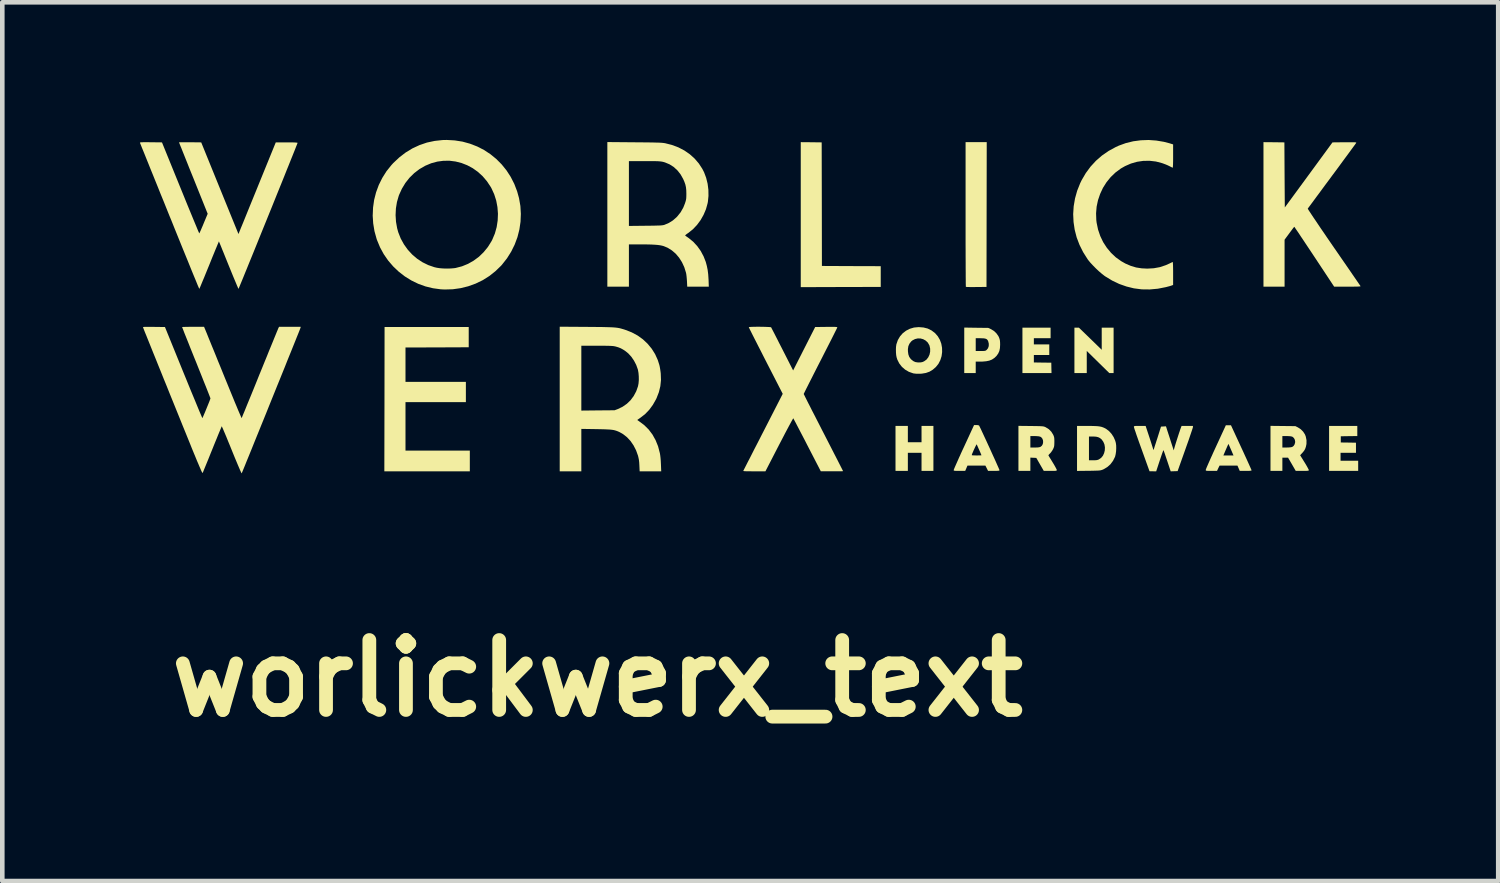
<source format=kicad_pcb>
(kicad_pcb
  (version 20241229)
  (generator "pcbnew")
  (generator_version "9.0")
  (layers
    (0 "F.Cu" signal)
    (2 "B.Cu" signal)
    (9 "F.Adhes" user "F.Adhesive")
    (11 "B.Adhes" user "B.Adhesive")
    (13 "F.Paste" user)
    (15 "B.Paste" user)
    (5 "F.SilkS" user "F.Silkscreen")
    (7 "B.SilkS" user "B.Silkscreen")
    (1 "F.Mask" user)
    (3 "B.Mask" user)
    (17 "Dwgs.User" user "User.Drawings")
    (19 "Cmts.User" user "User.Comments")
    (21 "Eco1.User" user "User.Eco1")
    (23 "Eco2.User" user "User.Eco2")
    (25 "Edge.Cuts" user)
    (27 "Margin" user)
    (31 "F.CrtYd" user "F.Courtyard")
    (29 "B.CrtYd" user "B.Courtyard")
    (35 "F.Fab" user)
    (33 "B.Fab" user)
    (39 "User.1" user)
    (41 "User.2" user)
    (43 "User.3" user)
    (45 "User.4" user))
  (footprint "worlickwerx_text"
    (layer "F.Cu")
    (at 13.297 3.63)
    (property "Reference" "worlickwerx_text" (at -3.327 8.103 0) (layer "F.SilkS") (effects (font (size 1.524 1.524) (thickness 0.3))))
    (attr board_only exclude_from_pos_files exclude_from_bom)
    (fp_poly (pts (xy 1.332 -3.58) (xy 1.56 -3.577) (xy 1.563 -2.23) (xy 1.565 -0.884) (xy 2.206 -0.881) (xy 2.847 -0.879) (xy 2.847 -0.427) (xy 1.976 -0.425) (xy 1.104 -0.422) (xy 1.104 -3.582)) (stroke (width 0) (type solid)) (fill yes) (layer "F.SilkS"))
    (fp_poly (pts (xy 3.438 2.958) (xy 3.736 2.958) (xy 3.736 2.602) (xy 3.995 2.602) (xy 3.995 3.582) (xy 3.736 3.582) (xy 3.736 3.188) (xy 3.438 3.188) (xy 3.438 3.582) (xy 3.169 3.582) (xy 3.169 2.602) (xy 3.438 2.602)) (stroke (width 0) (type solid)) (fill yes) (layer "F.SilkS"))
    (fp_poly (pts (xy 7.415 0.702) (xy 7.663 0.943) (xy 7.663 0.461) (xy 7.922 0.461) (xy 7.922 1.45) (xy 7.828 1.45) (xy 7.582 1.209) (xy 7.337 0.968) (xy 7.337 1.45) (xy 7.068 1.45) (xy 7.068 0.461) (xy 7.166 0.461)) (stroke (width 0) (type solid)) (fill yes) (layer "F.SilkS"))
    (fp_poly (pts (xy -6.132 0.888) (xy -6.821 0.891) (xy -7.51 0.893) (xy -7.51 1.642) (xy -6.194 1.642) (xy -6.194 2.084) (xy -7.51 2.084) (xy -7.51 3.14) (xy -6.108 3.14) (xy -6.108 3.592) (xy -7.971 3.592) (xy -7.968 2.019) (xy -7.966 0.447) (xy -6.132 0.447)) (stroke (width 0) (type solid)) (fill yes) (layer "F.SilkS"))
    (fp_poly (pts (xy 6.549 0.691) (xy 6.184 0.691) (xy 6.184 0.826) (xy 6.52 0.826) (xy 6.52 1.056) (xy 6.184 1.056) (xy 6.184 1.219) (xy 6.374 1.222) (xy 6.564 1.224) (xy 6.566 1.337) (xy 6.569 1.45) (xy 5.935 1.45) (xy 5.935 0.461) (xy 6.549 0.461)) (stroke (width 0) (type solid)) (fill yes) (layer "F.SilkS"))
    (fp_poly (pts (xy 13.233 2.823) (xy 13.053 2.825) (xy 12.873 2.828) (xy 12.873 2.963) (xy 13.039 2.965) (xy 13.204 2.968) (xy 13.204 3.188) (xy 12.868 3.188) (xy 12.868 3.361) (xy 13.252 3.361) (xy 13.252 3.582) (xy 12.618 3.582) (xy 12.618 2.602) (xy 13.233 2.602)) (stroke (width 0) (type solid)) (fill yes) (layer "F.SilkS"))
    (fp_poly (pts (xy 5.152 -0.427) (xy 4.931 -0.425) (xy 4.867 -0.424) (xy 4.81 -0.424) (xy 4.763 -0.425) (xy 4.727 -0.426) (xy 4.707 -0.428) (xy 4.702 -0.429) (xy 4.702 -0.439) (xy 4.701 -0.467) (xy 4.7 -0.513) (xy 4.7 -0.575) (xy 4.699 -0.651) (xy 4.699 -0.742) (xy 4.698 -0.847) (xy 4.698 -0.963) (xy 4.697 -1.09) (xy 4.697 -1.228) (xy 4.696 -1.375) (xy 4.696 -1.529) (xy 4.696 -1.691) (xy 4.696 -1.859) (xy 4.696 -2.009) (xy 4.696 -3.582) (xy 5.157 -3.582)) (stroke (width 0) (type solid)) (fill yes) (layer "F.SilkS"))
    (fp_poly (pts (xy 4.929 0.463) (xy 5.19 0.466) (xy 5.251 0.494) (xy 5.313 0.532) (xy 5.368 0.584) (xy 5.411 0.645) (xy 5.427 0.679) (xy 5.438 0.712) (xy 5.445 0.745) (xy 5.448 0.784) (xy 5.449 0.831) (xy 5.445 0.906) (xy 5.432 0.969) (xy 5.408 1.023) (xy 5.372 1.074) (xy 5.367 1.08) (xy 5.321 1.123) (xy 5.271 1.156) (xy 5.213 1.179) (xy 5.144 1.193) (xy 5.061 1.2) (xy 5.025 1.2) (xy 4.917 1.2) (xy 4.917 1.45) (xy 4.667 1.45) (xy 4.667 0.97) (xy 4.917 0.97) (xy 5.022 0.97) (xy 5.068 0.97) (xy 5.1 0.968) (xy 5.122 0.965) (xy 5.137 0.959) (xy 5.151 0.949) (xy 5.156 0.945) (xy 5.185 0.909) (xy 5.201 0.862) (xy 5.202 0.81) (xy 5.189 0.758) (xy 5.176 0.732) (xy 5.158 0.713) (xy 5.132 0.701) (xy 5.096 0.694) (xy 5.045 0.692) (xy 5.018 0.691) (xy 4.917 0.691) (xy 4.917 0.97) (xy 4.667 0.97) (xy 4.667 0.459)) (stroke (width 0) (type solid)) (fill yes) (layer "F.SilkS"))
    (fp_poly (pts (xy 11.612 2.604) (xy 11.884 2.607) (xy 11.938 2.634) (xy 12 2.674) (xy 12.052 2.726) (xy 12.092 2.787) (xy 12.109 2.83) (xy 12.126 2.913) (xy 12.125 2.996) (xy 12.113 3.054) (xy 12.099 3.096) (xy 12.082 3.13) (xy 12.057 3.164) (xy 12.027 3.198) (xy 11.987 3.241) (xy 12.082 3.394) (xy 12.112 3.443) (xy 12.138 3.488) (xy 12.158 3.525) (xy 12.172 3.552) (xy 12.177 3.565) (xy 12.175 3.571) (xy 12.169 3.576) (xy 12.155 3.579) (xy 12.131 3.581) (xy 12.094 3.582) (xy 12.041 3.582) (xy 12.034 3.582) (xy 11.891 3.582) (xy 11.808 3.438) (xy 11.724 3.294) (xy 11.6 3.294) (xy 11.6 3.582) (xy 11.341 3.582) (xy 11.341 3.073) (xy 11.6 3.073) (xy 11.692 3.073) (xy 11.745 3.071) (xy 11.787 3.067) (xy 11.815 3.06) (xy 11.845 3.038) (xy 11.867 3.003) (xy 11.878 2.961) (xy 11.879 2.948) (xy 11.872 2.905) (xy 11.853 2.868) (xy 11.824 2.841) (xy 11.815 2.837) (xy 11.787 2.829) (xy 11.744 2.825) (xy 11.692 2.823) (xy 11.6 2.823) (xy 11.6 3.073) (xy 11.341 3.073) (xy 11.341 2.601)) (stroke (width 0) (type solid)) (fill yes) (layer "F.SilkS"))
    (fp_poly (pts (xy 10.704 3.073) (xy 10.746 3.163) (xy 10.785 3.249) (xy 10.821 3.327) (xy 10.853 3.398) (xy 10.88 3.458) (xy 10.902 3.507) (xy 10.918 3.543) (xy 10.927 3.564) (xy 10.928 3.57) (xy 10.924 3.575) (xy 10.908 3.578) (xy 10.88 3.581) (xy 10.837 3.582) (xy 10.8 3.582) (xy 10.671 3.582) (xy 10.646 3.524) (xy 10.621 3.467) (xy 10.231 3.467) (xy 10.203 3.524) (xy 10.176 3.582) (xy 10.053 3.582) (xy 10.002 3.582) (xy 9.968 3.581) (xy 9.946 3.579) (xy 9.935 3.576) (xy 9.931 3.57) (xy 9.93 3.561) (xy 9.93 3.56) (xy 9.934 3.548) (xy 9.945 3.519) (xy 9.963 3.477) (xy 9.987 3.422) (xy 10.016 3.357) (xy 10.049 3.282) (xy 10.066 3.246) (xy 10.314 3.246) (xy 10.535 3.246) (xy 10.522 3.215) (xy 10.512 3.193) (xy 10.498 3.159) (xy 10.48 3.118) (xy 10.467 3.088) (xy 10.425 2.993) (xy 10.403 3.04) (xy 10.389 3.072) (xy 10.371 3.113) (xy 10.352 3.157) (xy 10.348 3.167) (xy 10.314 3.246) (xy 10.066 3.246) (xy 10.086 3.2) (xy 10.126 3.113) (xy 10.149 3.063) (xy 10.368 2.588) (xy 10.48 2.588)) (stroke (width 0) (type solid)) (fill yes) (layer "F.SilkS"))
    (fp_poly (pts (xy 7.442 2.603) (xy 7.513 2.605) (xy 7.572 2.608) (xy 7.619 2.614) (xy 7.66 2.623) (xy 7.695 2.635) (xy 7.728 2.65) (xy 7.756 2.665) (xy 7.819 2.712) (xy 7.876 2.774) (xy 7.923 2.846) (xy 7.957 2.924) (xy 7.971 2.974) (xy 7.978 3.028) (xy 7.979 3.091) (xy 7.976 3.156) (xy 7.967 3.218) (xy 7.955 3.269) (xy 7.952 3.277) (xy 7.909 3.363) (xy 7.853 3.438) (xy 7.784 3.499) (xy 7.705 3.546) (xy 7.685 3.555) (xy 7.667 3.561) (xy 7.649 3.567) (xy 7.629 3.571) (xy 7.603 3.574) (xy 7.57 3.576) (xy 7.526 3.577) (xy 7.468 3.579) (xy 7.395 3.58) (xy 7.378 3.58) (xy 7.125 3.583) (xy 7.125 3.351) (xy 7.385 3.351) (xy 7.473 3.351) (xy 7.521 3.35) (xy 7.557 3.347) (xy 7.585 3.339) (xy 7.603 3.331) (xy 7.651 3.298) (xy 7.689 3.252) (xy 7.715 3.196) (xy 7.73 3.135) (xy 7.733 3.071) (xy 7.723 3.008) (xy 7.699 2.95) (xy 7.663 2.899) (xy 7.66 2.896) (xy 7.625 2.867) (xy 7.587 2.848) (xy 7.541 2.837) (xy 7.482 2.833) (xy 7.463 2.833) (xy 7.385 2.833) (xy 7.385 3.351) (xy 7.125 3.351) (xy 7.125 2.602) (xy 7.354 2.602)) (stroke (width 0) (type solid)) (fill yes) (layer "F.SilkS"))
    (fp_poly (pts (xy 6.12 2.604) (xy 6.199 2.605) (xy 6.261 2.606) (xy 6.31 2.607) (xy 6.346 2.609) (xy 6.374 2.611) (xy 6.395 2.614) (xy 6.411 2.618) (xy 6.426 2.624) (xy 6.442 2.631) (xy 6.445 2.633) (xy 6.511 2.674) (xy 6.565 2.729) (xy 6.605 2.793) (xy 6.617 2.821) (xy 6.625 2.846) (xy 6.629 2.874) (xy 6.631 2.913) (xy 6.631 2.948) (xy 6.63 2.996) (xy 6.628 3.031) (xy 6.623 3.058) (xy 6.614 3.083) (xy 6.605 3.103) (xy 6.584 3.141) (xy 6.557 3.179) (xy 6.541 3.197) (xy 6.519 3.219) (xy 6.505 3.236) (xy 6.501 3.242) (xy 6.506 3.252) (xy 6.519 3.275) (xy 6.54 3.309) (xy 6.566 3.351) (xy 6.592 3.394) (xy 6.622 3.443) (xy 6.647 3.487) (xy 6.667 3.524) (xy 6.68 3.55) (xy 6.684 3.562) (xy 6.683 3.569) (xy 6.679 3.575) (xy 6.668 3.579) (xy 6.649 3.581) (xy 6.617 3.582) (xy 6.57 3.582) (xy 6.542 3.582) (xy 6.4 3.582) (xy 6.237 3.299) (xy 6.172 3.296) (xy 6.108 3.293) (xy 6.108 3.582) (xy 5.848 3.582) (xy 5.848 3.073) (xy 6.108 3.073) (xy 6.204 3.073) (xy 6.261 3.072) (xy 6.301 3.067) (xy 6.327 3.059) (xy 6.329 3.058) (xy 6.359 3.033) (xy 6.379 2.997) (xy 6.386 2.956) (xy 6.383 2.914) (xy 6.368 2.877) (xy 6.342 2.847) (xy 6.323 2.837) (xy 6.293 2.829) (xy 6.247 2.825) (xy 6.199 2.823) (xy 6.108 2.823) (xy 6.108 3.073) (xy 5.848 3.073) (xy 5.848 2.601)) (stroke (width 0) (type solid)) (fill yes) (layer "F.SilkS"))
    (fp_poly (pts (xy 3.779 0.457) (xy 3.87 0.48) (xy 3.952 0.52) (xy 4.027 0.577) (xy 4.032 0.581) (xy 4.091 0.649) (xy 4.136 0.726) (xy 4.167 0.811) (xy 4.183 0.9) (xy 4.185 0.992) (xy 4.173 1.082) (xy 4.146 1.168) (xy 4.105 1.248) (xy 4.049 1.318) (xy 4.048 1.319) (xy 3.981 1.377) (xy 3.91 1.42) (xy 3.831 1.448) (xy 3.741 1.463) (xy 3.702 1.465) (xy 3.623 1.465) (xy 3.562 1.458) (xy 3.551 1.455) (xy 3.46 1.423) (xy 3.378 1.375) (xy 3.308 1.314) (xy 3.251 1.241) (xy 3.209 1.158) (xy 3.193 1.108) (xy 3.184 1.061) (xy 3.179 1.003) (xy 3.178 0.94) (xy 3.178 0.928) (xy 3.439 0.928) (xy 3.44 0.978) (xy 3.449 1.044) (xy 3.468 1.097) (xy 3.5 1.142) (xy 3.521 1.162) (xy 3.561 1.192) (xy 3.601 1.21) (xy 3.649 1.218) (xy 3.679 1.219) (xy 3.722 1.217) (xy 3.756 1.21) (xy 3.792 1.194) (xy 3.794 1.193) (xy 3.844 1.157) (xy 3.883 1.107) (xy 3.91 1.049) (xy 3.924 0.984) (xy 3.924 0.917) (xy 3.909 0.851) (xy 3.904 0.84) (xy 3.872 0.785) (xy 3.827 0.743) (xy 3.774 0.713) (xy 3.716 0.697) (xy 3.655 0.695) (xy 3.595 0.709) (xy 3.54 0.737) (xy 3.51 0.762) (xy 3.473 0.81) (xy 3.449 0.864) (xy 3.439 0.928) (xy 3.178 0.928) (xy 3.18 0.88) (xy 3.187 0.83) (xy 3.189 0.821) (xy 3.22 0.731) (xy 3.267 0.651) (xy 3.327 0.582) (xy 3.399 0.527) (xy 3.481 0.485) (xy 3.572 0.458) (xy 3.67 0.449) (xy 3.678 0.449)) (stroke (width 0) (type solid)) (fill yes) (layer "F.SilkS"))
    (fp_poly (pts (xy 4.963 2.585) (xy 4.985 2.591) (xy 4.991 2.595) (xy 4.997 2.607) (xy 5.011 2.635) (xy 5.031 2.676) (xy 5.055 2.728) (xy 5.084 2.79) (xy 5.116 2.859) (xy 5.151 2.934) (xy 5.187 3.013) (xy 5.224 3.093) (xy 5.26 3.173) (xy 5.295 3.25) (xy 5.329 3.324) (xy 5.359 3.391) (xy 5.385 3.45) (xy 5.407 3.499) (xy 5.423 3.536) (xy 5.433 3.559) (xy 5.435 3.566) (xy 5.433 3.573) (xy 5.424 3.577) (xy 5.406 3.58) (xy 5.376 3.581) (xy 5.331 3.582) (xy 5.311 3.582) (xy 5.186 3.582) (xy 5.157 3.524) (xy 5.128 3.467) (xy 4.737 3.467) (xy 4.713 3.524) (xy 4.688 3.582) (xy 4.562 3.582) (xy 4.511 3.582) (xy 4.476 3.581) (xy 4.454 3.579) (xy 4.442 3.575) (xy 4.437 3.57) (xy 4.437 3.563) (xy 4.441 3.552) (xy 4.452 3.524) (xy 4.47 3.482) (xy 4.494 3.428) (xy 4.523 3.363) (xy 4.556 3.288) (xy 4.579 3.239) (xy 4.83 3.239) (xy 4.839 3.242) (xy 4.864 3.244) (xy 4.899 3.245) (xy 4.936 3.246) (xy 4.978 3.245) (xy 5.013 3.245) (xy 5.035 3.243) (xy 5.042 3.242) (xy 5.038 3.231) (xy 5.028 3.207) (xy 5.014 3.173) (xy 4.997 3.135) (xy 4.979 3.095) (xy 4.963 3.058) (xy 4.949 3.027) (xy 4.94 3.008) (xy 4.937 3.003) (xy 4.932 3.01) (xy 4.921 3.03) (xy 4.906 3.06) (xy 4.889 3.096) (xy 4.871 3.135) (xy 4.855 3.173) (xy 4.841 3.205) (xy 4.833 3.229) (xy 4.83 3.239) (xy 4.579 3.239) (xy 4.593 3.206) (xy 4.633 3.119) (xy 4.659 3.064) (xy 4.881 2.583) (xy 4.931 2.583)) (stroke (width 0) (type solid)) (fill yes) (layer "F.SilkS"))
    (fp_poly (pts (xy 8.694 2.826) (xy 8.715 2.89) (xy 8.735 2.951) (xy 8.752 3.005) (xy 8.766 3.05) (xy 8.776 3.081) (xy 8.779 3.092) (xy 8.786 3.115) (xy 8.792 3.124) (xy 8.795 3.121) (xy 8.799 3.108) (xy 8.808 3.08) (xy 8.821 3.038) (xy 8.838 2.986) (xy 8.857 2.926) (xy 8.878 2.862) (xy 8.955 2.617) (xy 9.009 2.614) (xy 9.063 2.611) (xy 9.078 2.657) (xy 9.085 2.68) (xy 9.097 2.717) (xy 9.113 2.766) (xy 9.132 2.824) (xy 9.152 2.886) (xy 9.162 2.919) (xy 9.232 3.135) (xy 9.245 3.087) (xy 9.254 3.056) (xy 9.267 3.012) (xy 9.284 2.957) (xy 9.303 2.897) (xy 9.323 2.835) (xy 9.342 2.776) (xy 9.36 2.723) (xy 9.374 2.68) (xy 9.384 2.653) (xy 9.403 2.602) (xy 9.651 2.602) (xy 9.651 2.626) (xy 9.648 2.64) (xy 9.639 2.669) (xy 9.624 2.714) (xy 9.605 2.77) (xy 9.582 2.838) (xy 9.556 2.915) (xy 9.526 2.999) (xy 9.494 3.089) (xy 9.484 3.118) (xy 9.317 3.587) (xy 9.166 3.592) (xy 9.089 3.361) (xy 9.068 3.299) (xy 9.049 3.242) (xy 9.033 3.195) (xy 9.02 3.159) (xy 9.011 3.137) (xy 9.008 3.131) (xy 9.003 3.139) (xy 8.994 3.164) (xy 8.98 3.202) (xy 8.963 3.251) (xy 8.944 3.308) (xy 8.926 3.361) (xy 8.85 3.592) (xy 8.777 3.591) (xy 8.705 3.591) (xy 8.535 3.118) (xy 8.502 3.027) (xy 8.471 2.941) (xy 8.443 2.861) (xy 8.418 2.79) (xy 8.398 2.729) (xy 8.381 2.681) (xy 8.37 2.646) (xy 8.365 2.627) (xy 8.364 2.624) (xy 8.365 2.615) (xy 8.369 2.609) (xy 8.379 2.606) (xy 8.399 2.603) (xy 8.431 2.603) (xy 8.479 2.602) (xy 8.492 2.602) (xy 8.62 2.602)) (stroke (width 0) (type solid)) (fill yes) (layer "F.SilkS"))
    (fp_poly (pts (xy 11.416 -3.58) (xy 11.644 -3.577) (xy 11.648 -2.868) (xy 11.653 -2.159) (xy 12.173 -2.868) (xy 12.692 -3.577) (xy 12.954 -3.58) (xy 13.033 -3.58) (xy 13.096 -3.58) (xy 13.142 -3.58) (xy 13.175 -3.579) (xy 13.197 -3.577) (xy 13.208 -3.574) (xy 13.211 -3.571) (xy 13.211 -3.57) (xy 13.205 -3.56) (xy 13.188 -3.536) (xy 13.161 -3.499) (xy 13.125 -3.45) (xy 13.081 -3.39) (xy 13.03 -3.32) (xy 12.972 -3.242) (xy 12.908 -3.155) (xy 12.84 -3.062) (xy 12.767 -2.963) (xy 12.691 -2.861) (xy 12.683 -2.85) (xy 12.607 -2.747) (xy 12.533 -2.648) (xy 12.464 -2.554) (xy 12.4 -2.467) (xy 12.341 -2.388) (xy 12.289 -2.317) (xy 12.244 -2.256) (xy 12.207 -2.206) (xy 12.179 -2.169) (xy 12.161 -2.144) (xy 12.153 -2.133) (xy 12.153 -2.133) (xy 12.158 -2.124) (xy 12.172 -2.1) (xy 12.197 -2.062) (xy 12.23 -2.012) (xy 12.271 -1.95) (xy 12.32 -1.878) (xy 12.375 -1.796) (xy 12.436 -1.705) (xy 12.503 -1.608) (xy 12.574 -1.503) (xy 12.649 -1.394) (xy 12.722 -1.288) (xy 12.801 -1.174) (xy 12.876 -1.065) (xy 12.948 -0.961) (xy 13.015 -0.864) (xy 13.077 -0.774) (xy 13.133 -0.692) (xy 13.182 -0.621) (xy 13.224 -0.56) (xy 13.258 -0.51) (xy 13.283 -0.474) (xy 13.299 -0.451) (xy 13.304 -0.443) (xy 13.3 -0.44) (xy 13.283 -0.437) (xy 13.252 -0.435) (xy 13.205 -0.434) (xy 13.141 -0.433) (xy 13.06 -0.432) (xy 13.02 -0.432) (xy 12.729 -0.432) (xy 12.297 -1.085) (xy 12.23 -1.186) (xy 12.166 -1.282) (xy 12.106 -1.372) (xy 12.051 -1.455) (xy 12.001 -1.529) (xy 11.958 -1.595) (xy 11.921 -1.649) (xy 11.892 -1.691) (xy 11.872 -1.721) (xy 11.861 -1.736) (xy 11.86 -1.738) (xy 11.853 -1.73) (xy 11.836 -1.71) (xy 11.813 -1.679) (xy 11.783 -1.639) (xy 11.752 -1.597) (xy 11.648 -1.456) (xy 11.648 -0.432) (xy 11.188 -0.432) (xy 11.188 -3.582)) (stroke (width 0) (type solid)) (fill yes) (layer "F.SilkS"))
    (fp_poly (pts (xy 8.852 -3.617) (xy 9.019 -3.589) (xy 9.138 -3.558) (xy 9.219 -3.533) (xy 9.219 -3.279) (xy 9.219 -3.212) (xy 9.218 -3.151) (xy 9.217 -3.099) (xy 9.215 -3.059) (xy 9.213 -3.034) (xy 9.211 -3.025) (xy 9.2 -3.029) (xy 9.176 -3.04) (xy 9.145 -3.056) (xy 9.141 -3.058) (xy 9.104 -3.076) (xy 9.057 -3.096) (xy 9.006 -3.115) (xy 8.978 -3.125) (xy 8.844 -3.16) (xy 8.707 -3.176) (xy 8.569 -3.174) (xy 8.433 -3.154) (xy 8.3 -3.116) (xy 8.172 -3.06) (xy 8.079 -3.007) (xy 7.962 -2.92) (xy 7.858 -2.82) (xy 7.767 -2.708) (xy 7.69 -2.586) (xy 7.629 -2.455) (xy 7.582 -2.318) (xy 7.552 -2.176) (xy 7.54 -2.031) (xy 7.545 -1.884) (xy 7.552 -1.826) (xy 7.583 -1.677) (xy 7.631 -1.536) (xy 7.694 -1.404) (xy 7.773 -1.282) (xy 7.865 -1.171) (xy 7.97 -1.072) (xy 8.088 -0.988) (xy 8.18 -0.936) (xy 8.296 -0.886) (xy 8.412 -0.851) (xy 8.534 -0.832) (xy 8.657 -0.826) (xy 8.798 -0.834) (xy 8.93 -0.858) (xy 9.056 -0.9) (xy 9.137 -0.936) (xy 9.169 -0.952) (xy 9.195 -0.964) (xy 9.21 -0.97) (xy 9.211 -0.97) (xy 9.213 -0.961) (xy 9.215 -0.935) (xy 9.217 -0.895) (xy 9.218 -0.843) (xy 9.219 -0.782) (xy 9.219 -0.72) (xy 9.219 -0.47) (xy 9.192 -0.46) (xy 9.173 -0.453) (xy 9.139 -0.443) (xy 9.097 -0.432) (xy 9.059 -0.422) (xy 8.886 -0.388) (xy 8.71 -0.372) (xy 8.535 -0.374) (xy 8.527 -0.375) (xy 8.365 -0.396) (xy 8.203 -0.436) (xy 8.044 -0.492) (xy 7.891 -0.565) (xy 7.746 -0.653) (xy 7.721 -0.67) (xy 7.665 -0.714) (xy 7.602 -0.768) (xy 7.537 -0.829) (xy 7.474 -0.893) (xy 7.416 -0.955) (xy 7.369 -1.012) (xy 7.354 -1.033) (xy 7.258 -1.185) (xy 7.179 -1.343) (xy 7.117 -1.506) (xy 7.074 -1.673) (xy 7.049 -1.842) (xy 7.041 -2.013) (xy 7.052 -2.185) (xy 7.081 -2.355) (xy 7.128 -2.523) (xy 7.194 -2.688) (xy 7.227 -2.756) (xy 7.316 -2.908) (xy 7.42 -3.049) (xy 7.537 -3.176) (xy 7.668 -3.29) (xy 7.812 -3.39) (xy 7.968 -3.475) (xy 8.038 -3.507) (xy 8.19 -3.562) (xy 8.35 -3.601) (xy 8.516 -3.623) (xy 8.684 -3.629)) (stroke (width 0) (type solid)) (fill yes) (layer "F.SilkS"))
    (fp_poly (pts (xy -3.56 0.444) (xy -3.431 0.445) (xy -3.32 0.446) (xy -3.224 0.447) (xy -3.143 0.449) (xy -3.073 0.451) (xy -3.015 0.453) (xy -2.965 0.456) (xy -2.922 0.46) (xy -2.884 0.465) (xy -2.85 0.471) (xy -2.818 0.479) (xy -2.786 0.488) (xy -2.752 0.498) (xy -2.716 0.51) (xy -2.578 0.564) (xy -2.45 0.633) (xy -2.335 0.716) (xy -2.233 0.812) (xy -2.144 0.92) (xy -2.07 1.038) (xy -2.012 1.166) (xy -1.977 1.276) (xy -1.968 1.317) (xy -1.959 1.369) (xy -1.951 1.426) (xy -1.947 1.462) (xy -1.942 1.601) (xy -1.956 1.736) (xy -1.988 1.867) (xy -2.039 1.998) (xy -2.05 2.021) (xy -2.119 2.143) (xy -2.199 2.252) (xy -2.291 2.347) (xy -2.392 2.425) (xy -2.422 2.446) (xy -2.445 2.462) (xy -2.457 2.471) (xy -2.458 2.472) (xy -2.451 2.479) (xy -2.432 2.492) (xy -2.418 2.502) (xy -2.307 2.585) (xy -2.21 2.681) (xy -2.128 2.79) (xy -2.06 2.912) (xy -2.006 3.045) (xy -1.968 3.19) (xy -1.964 3.208) (xy -1.958 3.248) (xy -1.952 3.3) (xy -1.947 3.36) (xy -1.944 3.421) (xy -1.943 3.44) (xy -1.937 3.592) (xy -2.407 3.592) (xy -2.413 3.464) (xy -2.417 3.394) (xy -2.424 3.336) (xy -2.435 3.283) (xy -2.443 3.251) (xy -2.485 3.134) (xy -2.54 3.027) (xy -2.606 2.931) (xy -2.682 2.849) (xy -2.767 2.782) (xy -2.838 2.741) (xy -2.872 2.725) (xy -2.904 2.712) (xy -2.935 2.702) (xy -2.968 2.693) (xy -3.006 2.687) (xy -3.051 2.682) (xy -3.106 2.679) (xy -3.172 2.676) (xy -3.252 2.674) (xy -3.349 2.672) (xy -3.354 2.672) (xy -3.678 2.667) (xy -3.678 3.592) (xy -4.149 3.592) (xy -4.149 2.268) (xy -3.678 2.268) (xy -3.315 2.264) (xy -2.953 2.261) (xy -2.881 2.234) (xy -2.778 2.184) (xy -2.686 2.12) (xy -2.604 2.041) (xy -2.536 1.949) (xy -2.481 1.846) (xy -2.443 1.738) (xy -2.431 1.675) (xy -2.425 1.602) (xy -2.426 1.524) (xy -2.432 1.448) (xy -2.444 1.381) (xy -2.447 1.369) (xy -2.482 1.272) (xy -2.53 1.18) (xy -2.588 1.095) (xy -2.654 1.023) (xy -2.71 0.977) (xy -2.768 0.938) (xy -2.819 0.91) (xy -2.872 0.889) (xy -2.926 0.873) (xy -2.948 0.868) (xy -2.969 0.864) (xy -2.994 0.861) (xy -3.024 0.859) (xy -3.062 0.857) (xy -3.109 0.856) (xy -3.169 0.855) (xy -3.243 0.855) (xy -3.334 0.855) (xy -3.678 0.855) (xy -3.678 2.268) (xy -4.149 2.268) (xy -4.149 0.44)) (stroke (width 0) (type solid)) (fill yes) (layer "F.SilkS"))
    (fp_poly (pts (xy -6.436 -3.62) (xy -6.266 -3.593) (xy -6.103 -3.548) (xy -5.946 -3.487) (xy -5.798 -3.411) (xy -5.66 -3.32) (xy -5.531 -3.215) (xy -5.414 -3.097) (xy -5.309 -2.967) (xy -5.217 -2.825) (xy -5.139 -2.672) (xy -5.077 -2.51) (xy -5.036 -2.362) (xy -5.006 -2.191) (xy -4.996 -2.019) (xy -5.003 -1.848) (xy -5.028 -1.678) (xy -5.07 -1.512) (xy -5.13 -1.351) (xy -5.206 -1.197) (xy -5.298 -1.05) (xy -5.406 -0.913) (xy -5.426 -0.89) (xy -5.55 -0.77) (xy -5.684 -0.664) (xy -5.829 -0.573) (xy -5.982 -0.499) (xy -6.143 -0.441) (xy -6.309 -0.4) (xy -6.48 -0.376) (xy -6.654 -0.371) (xy -6.741 -0.375) (xy -6.91 -0.398) (xy -7.074 -0.438) (xy -7.232 -0.495) (xy -7.382 -0.568) (xy -7.524 -0.656) (xy -7.657 -0.759) (xy -7.778 -0.874) (xy -7.888 -1.002) (xy -7.984 -1.141) (xy -8.065 -1.29) (xy -8.131 -1.449) (xy -8.139 -1.472) (xy -8.186 -1.642) (xy -8.214 -1.813) (xy -8.225 -1.985) (xy -8.224 -1.991) (xy -7.726 -1.991) (xy -7.717 -1.847) (xy -7.692 -1.706) (xy -7.668 -1.619) (xy -7.614 -1.482) (xy -7.544 -1.355) (xy -7.461 -1.239) (xy -7.365 -1.134) (xy -7.257 -1.042) (xy -7.14 -0.965) (xy -7.014 -0.903) (xy -6.88 -0.857) (xy -6.828 -0.845) (xy -6.763 -0.835) (xy -6.687 -0.829) (xy -6.605 -0.827) (xy -6.525 -0.829) (xy -6.452 -0.835) (xy -6.418 -0.84) (xy -6.279 -0.876) (xy -6.147 -0.93) (xy -6.024 -1) (xy -5.909 -1.085) (xy -5.806 -1.185) (xy -5.714 -1.298) (xy -5.636 -1.423) (xy -5.618 -1.458) (xy -5.562 -1.591) (xy -5.523 -1.731) (xy -5.501 -1.875) (xy -5.495 -2.021) (xy -5.506 -2.166) (xy -5.533 -2.309) (xy -5.577 -2.447) (xy -5.637 -2.578) (xy -5.654 -2.608) (xy -5.736 -2.731) (xy -5.829 -2.84) (xy -5.932 -2.934) (xy -6.044 -3.014) (xy -6.163 -3.078) (xy -6.288 -3.127) (xy -6.417 -3.16) (xy -6.549 -3.177) (xy -6.683 -3.176) (xy -6.817 -3.158) (xy -6.95 -3.122) (xy -7.081 -3.067) (xy -7.205 -2.995) (xy -7.319 -2.908) (xy -7.423 -2.806) (xy -7.513 -2.692) (xy -7.589 -2.566) (xy -7.65 -2.432) (xy -7.657 -2.413) (xy -7.696 -2.278) (xy -7.719 -2.137) (xy -7.726 -1.991) (xy -8.224 -1.991) (xy -8.217 -2.156) (xy -8.193 -2.325) (xy -8.151 -2.489) (xy -8.092 -2.649) (xy -8.016 -2.802) (xy -7.925 -2.947) (xy -7.817 -3.082) (xy -7.777 -3.126) (xy -7.646 -3.249) (xy -7.507 -3.356) (xy -7.359 -3.446) (xy -7.204 -3.518) (xy -7.043 -3.573) (xy -6.874 -3.609) (xy -6.701 -3.628) (xy -6.61 -3.63)) (stroke (width 0) (type solid)) (fill yes) (layer "F.SilkS"))
    (fp_poly (pts (xy -2.523 -3.579) (xy -2.398 -3.578) (xy -2.29 -3.577) (xy -2.198 -3.576) (xy -2.121 -3.575) (xy -2.056 -3.573) (xy -2.003 -3.572) (xy -1.96 -3.57) (xy -1.925 -3.568) (xy -1.896 -3.565) (xy -1.873 -3.562) (xy -1.853 -3.559) (xy -1.703 -3.521) (xy -1.562 -3.468) (xy -1.432 -3.4) (xy -1.315 -3.319) (xy -1.21 -3.225) (xy -1.118 -3.118) (xy -1.041 -3) (xy -1.003 -2.926) (xy -0.958 -2.806) (xy -0.926 -2.677) (xy -0.909 -2.544) (xy -0.907 -2.41) (xy -0.92 -2.281) (xy -0.927 -2.246) (xy -0.962 -2.12) (xy -1.014 -1.998) (xy -1.079 -1.883) (xy -1.157 -1.778) (xy -1.245 -1.685) (xy -1.343 -1.606) (xy -1.354 -1.599) (xy -1.384 -1.578) (xy -1.406 -1.56) (xy -1.415 -1.549) (xy -1.415 -1.547) (xy -1.404 -1.538) (xy -1.381 -1.522) (xy -1.351 -1.501) (xy -1.34 -1.493) (xy -1.241 -1.413) (xy -1.152 -1.317) (xy -1.076 -1.21) (xy -1.013 -1.092) (xy -0.966 -0.972) (xy -0.943 -0.886) (xy -0.925 -0.798) (xy -0.913 -0.702) (xy -0.906 -0.594) (xy -0.905 -0.579) (xy -0.9 -0.432) (xy -1.37 -0.432) (xy -1.376 -0.555) (xy -1.38 -0.608) (xy -1.385 -0.661) (xy -1.391 -0.707) (xy -1.397 -0.737) (xy -1.434 -0.856) (xy -1.485 -0.966) (xy -1.548 -1.065) (xy -1.621 -1.151) (xy -1.705 -1.223) (xy -1.796 -1.28) (xy -1.88 -1.315) (xy -1.918 -1.326) (xy -1.963 -1.335) (xy -2.016 -1.342) (xy -2.079 -1.347) (xy -2.154 -1.351) (xy -2.244 -1.353) (xy -2.351 -1.354) (xy -2.384 -1.354) (xy -2.641 -1.354) (xy -2.641 -0.432) (xy -3.111 -0.432) (xy -3.111 -1.756) (xy -2.641 -1.756) (xy -2.278 -1.76) (xy -2.182 -1.761) (xy -2.103 -1.762) (xy -2.039 -1.764) (xy -1.988 -1.765) (xy -1.949 -1.767) (xy -1.919 -1.77) (xy -1.896 -1.773) (xy -1.879 -1.777) (xy -1.87 -1.779) (xy -1.771 -1.821) (xy -1.683 -1.876) (xy -1.603 -1.946) (xy -1.587 -1.963) (xy -1.513 -2.055) (xy -1.455 -2.158) (xy -1.419 -2.249) (xy -1.406 -2.29) (xy -1.397 -2.324) (xy -1.392 -2.357) (xy -1.39 -2.396) (xy -1.389 -2.446) (xy -1.389 -2.458) (xy -1.391 -2.535) (xy -1.398 -2.6) (xy -1.411 -2.659) (xy -1.433 -2.721) (xy -1.459 -2.78) (xy -1.516 -2.881) (xy -1.585 -2.968) (xy -1.666 -3.042) (xy -1.756 -3.099) (xy -1.854 -3.14) (xy -1.888 -3.15) (xy -1.909 -3.155) (xy -1.931 -3.159) (xy -1.956 -3.162) (xy -1.985 -3.165) (xy -2.022 -3.167) (xy -2.069 -3.168) (xy -2.127 -3.169) (xy -2.2 -3.169) (xy -2.289 -3.169) (xy -2.301 -3.169) (xy -2.641 -3.169) (xy -2.641 -1.756) (xy -3.111 -1.756) (xy -3.111 -3.584)) (stroke (width 0) (type solid)) (fill yes) (layer "F.SilkS"))
    (fp_poly (pts (xy 0.264 0.442) (xy 0.32 0.443) (xy 0.37 0.445) (xy 0.412 0.447) (xy 0.442 0.449) (xy 0.457 0.453) (xy 0.458 0.453) (xy 0.464 0.464) (xy 0.477 0.49) (xy 0.498 0.53) (xy 0.525 0.582) (xy 0.557 0.645) (xy 0.594 0.717) (xy 0.634 0.797) (xy 0.678 0.882) (xy 0.702 0.929) (xy 0.938 1.393) (xy 1.178 0.92) (xy 1.418 0.447) (xy 1.659 0.444) (xy 1.739 0.443) (xy 1.8 0.443) (xy 1.846 0.444) (xy 1.877 0.446) (xy 1.895 0.449) (xy 1.901 0.452) (xy 1.901 0.453) (xy 1.897 0.463) (xy 1.885 0.489) (xy 1.865 0.529) (xy 1.838 0.583) (xy 1.805 0.649) (xy 1.767 0.725) (xy 1.723 0.811) (xy 1.675 0.905) (xy 1.624 1.005) (xy 1.57 1.112) (xy 1.535 1.18) (xy 1.479 1.289) (xy 1.426 1.393) (xy 1.376 1.492) (xy 1.33 1.583) (xy 1.288 1.665) (xy 1.252 1.737) (xy 1.221 1.798) (xy 1.197 1.847) (xy 1.18 1.882) (xy 1.17 1.902) (xy 1.169 1.906) (xy 1.173 1.916) (xy 1.186 1.941) (xy 1.206 1.982) (xy 1.233 2.036) (xy 1.266 2.102) (xy 1.306 2.179) (xy 1.35 2.267) (xy 1.4 2.363) (xy 1.453 2.467) (xy 1.51 2.578) (xy 1.569 2.694) (xy 1.598 2.75) (xy 1.658 2.867) (xy 1.716 2.98) (xy 1.771 3.087) (xy 1.822 3.187) (xy 1.869 3.278) (xy 1.911 3.36) (xy 1.947 3.431) (xy 1.977 3.49) (xy 2.001 3.537) (xy 2.017 3.569) (xy 2.025 3.585) (xy 2.026 3.587) (xy 2.017 3.589) (xy 1.991 3.59) (xy 1.951 3.59) (xy 1.9 3.591) (xy 1.839 3.591) (xy 1.784 3.591) (xy 1.541 3.591) (xy 1.245 3.018) (xy 1.195 2.92) (xy 1.147 2.828) (xy 1.102 2.742) (xy 1.061 2.663) (xy 1.025 2.594) (xy 0.995 2.536) (xy 0.97 2.49) (xy 0.953 2.457) (xy 0.943 2.439) (xy 0.942 2.436) (xy 0.936 2.443) (xy 0.923 2.466) (xy 0.902 2.503) (xy 0.875 2.553) (xy 0.841 2.615) (xy 0.803 2.687) (xy 0.76 2.768) (xy 0.714 2.857) (xy 0.665 2.951) (xy 0.634 3.01) (xy 0.334 3.592) (xy 0.09 3.592) (xy 0.015 3.591) (xy -0.042 3.591) (xy -0.085 3.59) (xy -0.115 3.589) (xy -0.134 3.587) (xy -0.144 3.585) (xy -0.147 3.581) (xy -0.146 3.576) (xy -0.146 3.575) (xy -0.14 3.564) (xy -0.126 3.537) (xy -0.105 3.496) (xy -0.077 3.441) (xy -0.043 3.374) (xy -0.002 3.296) (xy 0.043 3.207) (xy 0.092 3.11) (xy 0.146 3.006) (xy 0.203 2.895) (xy 0.262 2.779) (xy 0.287 2.731) (xy 0.711 1.903) (xy 0.341 1.182) (xy 0.285 1.072) (xy 0.232 0.967) (xy 0.181 0.868) (xy 0.135 0.777) (xy 0.093 0.695) (xy 0.056 0.622) (xy 0.025 0.56) (xy 0.000399 0.511) (xy -0.017 0.476) (xy -0.027 0.455) (xy -0.029 0.451) (xy -0.02 0.448) (xy 0.005 0.445) (xy 0.044 0.443) (xy 0.092 0.442) (xy 0.146 0.441) (xy 0.205 0.441)) (stroke (width 0) (type solid)) (fill yes) (layer "F.SilkS"))
    (fp_poly (pts (xy -13.147 -3.581) (xy -13.076 -3.58) (xy -13.06 -3.58) (xy -12.817 -3.577) (xy -12.414 -2.586) (xy -12.36 -2.454) (xy -12.309 -2.328) (xy -12.26 -2.208) (xy -12.214 -2.096) (xy -12.171 -1.992) (xy -12.132 -1.897) (xy -12.097 -1.813) (xy -12.067 -1.741) (xy -12.043 -1.682) (xy -12.024 -1.638) (xy -12.011 -1.608) (xy -12.005 -1.595) (xy -12.004 -1.594) (xy -11.999 -1.603) (xy -11.988 -1.626) (xy -11.971 -1.663) (xy -11.951 -1.711) (xy -11.927 -1.766) (xy -11.91 -1.808) (xy -11.821 -2.021) (xy -12.133 -2.798) (xy -12.18 -2.914) (xy -12.225 -3.025) (xy -12.266 -3.129) (xy -12.305 -3.226) (xy -12.34 -3.314) (xy -12.371 -3.391) (xy -12.397 -3.457) (xy -12.419 -3.51) (xy -12.434 -3.548) (xy -12.443 -3.572) (xy -12.446 -3.578) (xy -12.436 -3.579) (xy -12.411 -3.58) (xy -12.371 -3.58) (xy -12.319 -3.58) (xy -12.259 -3.58) (xy -12.204 -3.58) (xy -11.962 -3.577) (xy -11.556 -2.578) (xy -11.15 -1.58) (xy -11.134 -1.618) (xy -11.129 -1.632) (xy -11.116 -1.663) (xy -11.098 -1.709) (xy -11.073 -1.769) (xy -11.043 -1.842) (xy -11.009 -1.926) (xy -10.97 -2.022) (xy -10.928 -2.126) (xy -10.882 -2.239) (xy -10.833 -2.359) (xy -10.782 -2.484) (xy -10.729 -2.614) (xy -10.728 -2.617) (xy -10.337 -3.577) (xy -10.1 -3.577) (xy -10.019 -3.577) (xy -9.955 -3.576) (xy -9.906 -3.574) (xy -9.875 -3.571) (xy -9.862 -3.568) (xy -9.862 -3.568) (xy -9.865 -3.558) (xy -9.875 -3.531) (xy -9.892 -3.489) (xy -9.914 -3.432) (xy -9.942 -3.362) (xy -9.975 -3.28) (xy -10.013 -3.186) (xy -10.054 -3.083) (xy -10.1 -2.97) (xy -10.148 -2.849) (xy -10.199 -2.722) (xy -10.253 -2.589) (xy -10.309 -2.451) (xy -10.366 -2.309) (xy -10.424 -2.165) (xy -10.483 -2.02) (xy -10.542 -1.874) (xy -10.601 -1.729) (xy -10.659 -1.586) (xy -10.716 -1.445) (xy -10.771 -1.309) (xy -10.824 -1.178) (xy -10.875 -1.053) (xy -10.923 -0.936) (xy -10.967 -0.827) (xy -11.008 -0.727) (xy -11.044 -0.638) (xy -11.076 -0.56) (xy -11.103 -0.495) (xy -11.124 -0.444) (xy -11.139 -0.408) (xy -11.148 -0.388) (xy -11.15 -0.384) (xy -11.154 -0.393) (xy -11.165 -0.418) (xy -11.182 -0.457) (xy -11.204 -0.51) (xy -11.231 -0.574) (xy -11.262 -0.648) (xy -11.296 -0.731) (xy -11.332 -0.82) (xy -11.365 -0.9) (xy -11.403 -0.994) (xy -11.439 -1.083) (xy -11.472 -1.165) (xy -11.502 -1.238) (xy -11.527 -1.301) (xy -11.548 -1.352) (xy -11.564 -1.389) (xy -11.573 -1.412) (xy -11.576 -1.419) (xy -11.58 -1.411) (xy -11.59 -1.386) (xy -11.607 -1.347) (xy -11.628 -1.295) (xy -11.655 -1.231) (xy -11.685 -1.157) (xy -11.719 -1.075) (xy -11.755 -0.985) (xy -11.788 -0.903) (xy -11.827 -0.808) (xy -11.863 -0.72) (xy -11.896 -0.638) (xy -11.927 -0.565) (xy -11.953 -0.502) (xy -11.974 -0.451) (xy -11.99 -0.413) (xy -12.001 -0.391) (xy -12.004 -0.384) (xy -12.008 -0.393) (xy -12.019 -0.419) (xy -12.037 -0.46) (xy -12.06 -0.517) (xy -12.089 -0.588) (xy -12.124 -0.672) (xy -12.164 -0.769) (xy -12.208 -0.878) (xy -12.256 -0.997) (xy -12.309 -1.126) (xy -12.365 -1.263) (xy -12.424 -1.409) (xy -12.486 -1.562) (xy -12.55 -1.72) (xy -12.616 -1.885) (xy -12.65 -1.966) (xy -12.717 -2.133) (xy -12.782 -2.295) (xy -12.846 -2.451) (xy -12.906 -2.601) (xy -12.964 -2.744) (xy -13.018 -2.878) (xy -13.069 -3.003) (xy -13.115 -3.118) (xy -13.157 -3.222) (xy -13.194 -3.314) (xy -13.226 -3.393) (xy -13.253 -3.458) (xy -13.273 -3.509) (xy -13.287 -3.544) (xy -13.295 -3.562) (xy -13.296 -3.565) (xy -13.297 -3.57) (xy -13.294 -3.574) (xy -13.285 -3.577) (xy -13.268 -3.579) (xy -13.241 -3.58) (xy -13.201 -3.581)) (stroke (width 0) (type solid)) (fill yes) (layer "F.SilkS"))
    (fp_poly (pts (xy -11.867 0.521) (xy -11.859 0.541) (xy -11.844 0.577) (xy -11.823 0.629) (xy -11.797 0.694) (xy -11.765 0.772) (xy -11.729 0.861) (xy -11.688 0.96) (xy -11.644 1.068) (xy -11.598 1.183) (xy -11.548 1.304) (xy -11.497 1.43) (xy -11.461 1.519) (xy -11.409 1.646) (xy -11.36 1.766) (xy -11.313 1.881) (xy -11.269 1.988) (xy -11.229 2.086) (xy -11.192 2.174) (xy -11.16 2.252) (xy -11.132 2.317) (xy -11.11 2.368) (xy -11.094 2.405) (xy -11.084 2.427) (xy -11.081 2.432) (xy -11.077 2.422) (xy -11.066 2.396) (xy -11.049 2.354) (xy -11.025 2.298) (xy -10.997 2.229) (xy -10.964 2.147) (xy -10.926 2.055) (xy -10.884 1.953) (xy -10.839 1.843) (xy -10.791 1.725) (xy -10.741 1.601) (xy -10.689 1.471) (xy -10.684 1.46) (xy -10.631 1.33) (xy -10.58 1.204) (xy -10.531 1.085) (xy -10.486 0.972) (xy -10.443 0.868) (xy -10.404 0.773) (xy -10.37 0.689) (xy -10.34 0.616) (xy -10.316 0.557) (xy -10.297 0.512) (xy -10.285 0.482) (xy -10.279 0.468) (xy -10.279 0.468) (xy -10.265 0.442) (xy -9.793 0.442) (xy -9.798 0.463) (xy -9.802 0.474) (xy -9.812 0.501) (xy -9.829 0.544) (xy -9.852 0.602) (xy -9.881 0.673) (xy -9.914 0.756) (xy -9.952 0.85) (xy -9.994 0.955) (xy -10.04 1.068) (xy -10.089 1.189) (xy -10.14 1.318) (xy -10.194 1.451) (xy -10.25 1.59) (xy -10.308 1.732) (xy -10.366 1.876) (xy -10.425 2.022) (xy -10.484 2.168) (xy -10.542 2.313) (xy -10.6 2.456) (xy -10.657 2.596) (xy -10.712 2.732) (xy -10.765 2.862) (xy -10.815 2.986) (xy -10.862 3.103) (xy -10.906 3.211) (xy -10.946 3.309) (xy -10.982 3.397) (xy -11.012 3.472) (xy -11.038 3.535) (xy -11.058 3.583) (xy -11.072 3.617) (xy -11.079 3.634) (xy -11.08 3.636) (xy -11.085 3.629) (xy -11.096 3.607) (xy -11.114 3.568) (xy -11.136 3.516) (xy -11.164 3.451) (xy -11.196 3.374) (xy -11.233 3.286) (xy -11.272 3.19) (xy -11.298 3.126) (xy -11.336 3.032) (xy -11.373 2.943) (xy -11.406 2.861) (xy -11.436 2.789) (xy -11.463 2.726) (xy -11.484 2.676) (xy -11.501 2.639) (xy -11.511 2.616) (xy -11.515 2.61) (xy -11.519 2.62) (xy -11.53 2.646) (xy -11.547 2.687) (xy -11.569 2.74) (xy -11.596 2.805) (xy -11.626 2.88) (xy -11.66 2.962) (xy -11.696 3.051) (xy -11.72 3.111) (xy -11.758 3.204) (xy -11.793 3.292) (xy -11.826 3.373) (xy -11.856 3.446) (xy -11.882 3.509) (xy -11.903 3.56) (xy -11.918 3.598) (xy -11.928 3.621) (xy -11.931 3.627) (xy -11.933 3.628) (xy -11.936 3.625) (xy -11.941 3.616) (xy -11.949 3.603) (xy -11.959 3.583) (xy -11.971 3.555) (xy -11.986 3.52) (xy -12.005 3.477) (xy -12.027 3.424) (xy -12.054 3.362) (xy -12.084 3.288) (xy -12.119 3.204) (xy -12.159 3.107) (xy -12.203 2.997) (xy -12.253 2.874) (xy -12.309 2.736) (xy -12.371 2.584) (xy -12.439 2.415) (xy -12.514 2.23) (xy -12.582 2.062) (xy -12.65 1.895) (xy -12.715 1.732) (xy -12.779 1.576) (xy -12.839 1.426) (xy -12.897 1.283) (xy -12.951 1.148) (xy -13.002 1.023) (xy -13.048 0.908) (xy -13.09 0.804) (xy -13.127 0.712) (xy -13.159 0.632) (xy -13.186 0.567) (xy -13.206 0.516) (xy -13.22 0.48) (xy -13.228 0.461) (xy -13.229 0.458) (xy -13.23 0.453) (xy -13.227 0.449) (xy -13.218 0.446) (xy -13.201 0.444) (xy -13.173 0.443) (xy -13.133 0.443) (xy -13.079 0.443) (xy -13.008 0.444) (xy -12.993 0.444) (xy -12.752 0.447) (xy -12.347 1.443) (xy -12.293 1.574) (xy -12.242 1.7) (xy -12.193 1.82) (xy -12.146 1.933) (xy -12.103 2.036) (xy -12.064 2.131) (xy -12.03 2.214) (xy -12 2.286) (xy -11.975 2.344) (xy -11.956 2.389) (xy -11.943 2.418) (xy -11.936 2.431) (xy -11.936 2.432) (xy -11.93 2.42) (xy -11.919 2.395) (xy -11.903 2.357) (xy -11.883 2.311) (xy -11.862 2.26) (xy -11.84 2.206) (xy -11.818 2.152) (xy -11.798 2.103) (xy -11.781 2.06) (xy -11.769 2.027) (xy -11.762 2.007) (xy -11.761 2.003) (xy -11.764 1.992) (xy -11.774 1.966) (xy -11.79 1.924) (xy -11.812 1.868) (xy -11.839 1.799) (xy -11.871 1.719) (xy -11.907 1.63) (xy -11.946 1.531) (xy -11.988 1.426) (xy -12.033 1.314) (xy -12.069 1.223) (xy -12.116 1.108) (xy -12.16 0.998) (xy -12.202 0.894) (xy -12.24 0.797) (xy -12.275 0.71) (xy -12.306 0.633) (xy -12.332 0.568) (xy -12.352 0.515) (xy -12.367 0.477) (xy -12.376 0.454) (xy -12.378 0.448) (xy -12.369 0.446) (xy -12.343 0.445) (xy -12.303 0.444) (xy -12.252 0.443) (xy -12.192 0.442) (xy -12.139 0.442) (xy -11.9 0.442)) (stroke (width 0) (type solid)) (fill yes) (layer "F.SilkS")))
  (gr_rect
    (start -3 -3)
    (end 29.601 16.15)
    (stroke (width 0.1) (type default))
    (fill no)
    (layer "Edge.Cuts")))
</source>
